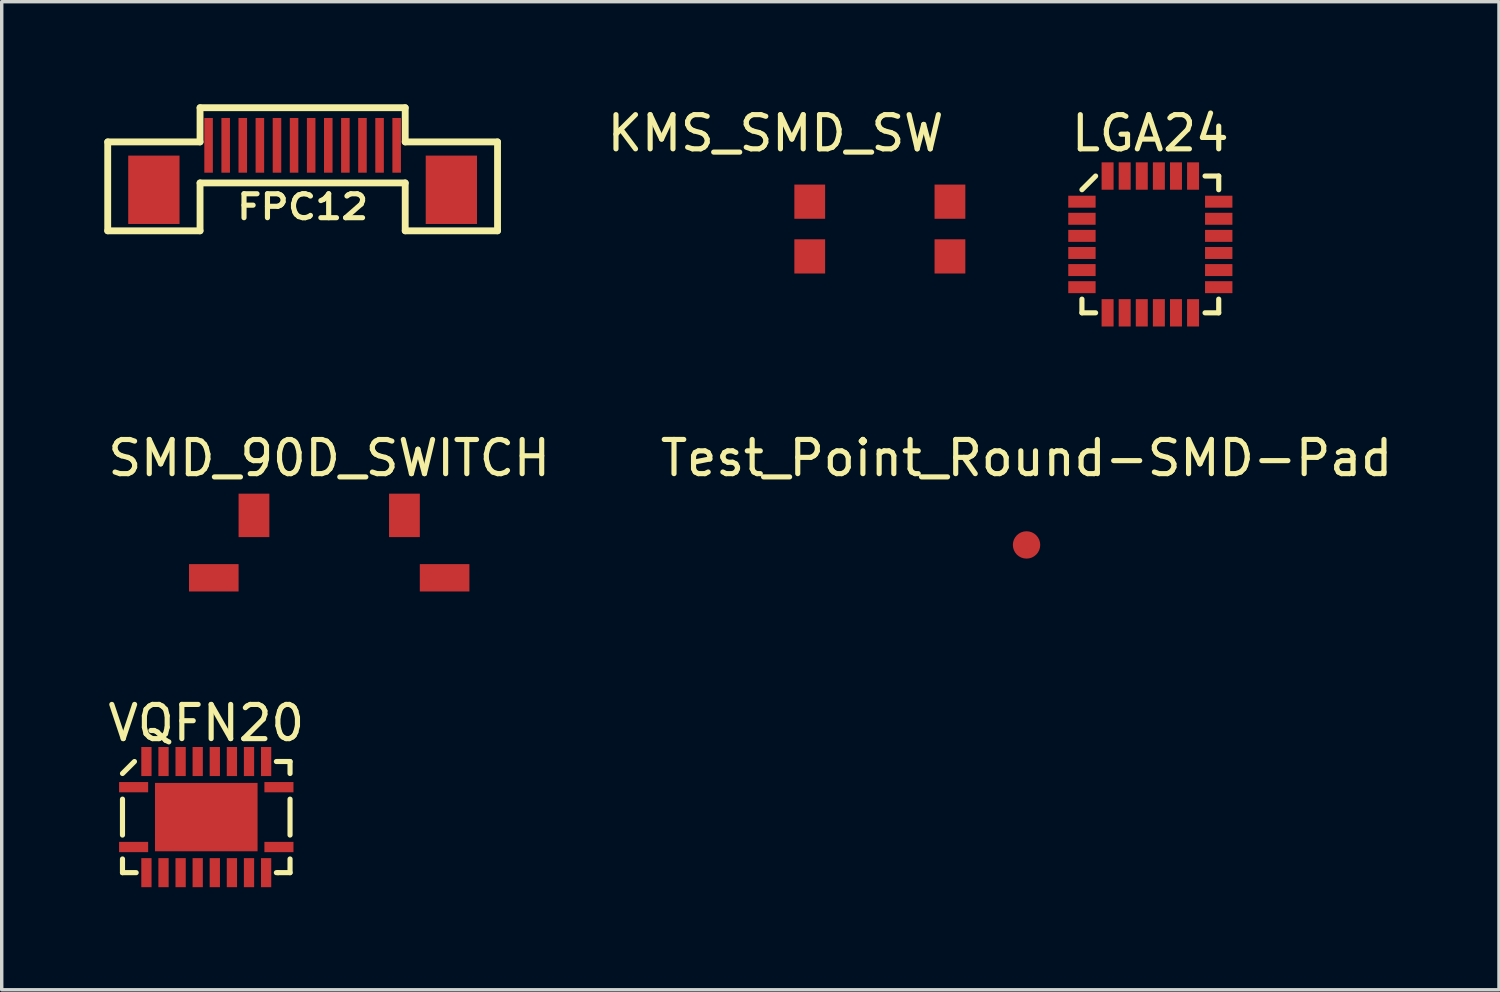
<source format=kicad_pcb>
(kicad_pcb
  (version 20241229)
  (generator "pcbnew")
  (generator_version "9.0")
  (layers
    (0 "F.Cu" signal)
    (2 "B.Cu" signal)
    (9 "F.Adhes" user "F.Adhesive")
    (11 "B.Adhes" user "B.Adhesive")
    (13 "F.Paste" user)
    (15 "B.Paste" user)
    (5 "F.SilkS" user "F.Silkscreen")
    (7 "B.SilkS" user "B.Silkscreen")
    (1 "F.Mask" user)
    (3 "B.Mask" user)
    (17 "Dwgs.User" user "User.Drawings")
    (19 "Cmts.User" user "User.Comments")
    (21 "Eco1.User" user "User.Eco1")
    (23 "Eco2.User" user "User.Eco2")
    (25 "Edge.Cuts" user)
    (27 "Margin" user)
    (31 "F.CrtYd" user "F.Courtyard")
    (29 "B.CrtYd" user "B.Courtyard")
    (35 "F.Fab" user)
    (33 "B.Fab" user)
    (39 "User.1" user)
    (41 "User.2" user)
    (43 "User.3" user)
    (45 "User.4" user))
  (footprint "SMD_90D_SWITCH"
    (layer "F.Cu")
    (at 6.577 12.847)
    (property "Reference" "SMD_90D_SWITCH" (at 0 -2.5 0) (layer "F.SilkS") (effects (font (size 1 1) (thickness 0.15))))
    (attr through_hole)
    (pad "" smd rect (at -3.375 1) (size 1.45 0.8) (layers "F.Cu" "F.Mask" "F.Paste"))
    (pad "" smd rect (at 3.375 1) (size 1.45 0.8) (layers "F.Cu" "F.Mask" "F.Paste"))
    (pad "1" smd rect (at -2.2 -0.825) (size 0.9 1.27) (layers "F.Cu" "F.Mask" "F.Paste"))
    (pad "2" smd rect (at 2.2 -0.825) (size 0.9 1.27) (layers "F.Cu" "F.Mask" "F.Paste")))
  (footprint "Test_Point_Round-SMD-Pad"
    (layer "F.Cu")
    (at 26.97 12.886)
    (property "Reference" "Test_Point_Round-SMD-Pad" (at 0 -2.54 0) (layer "F.SilkS") (effects (font (size 1 1) (thickness 0.15))))
    (attr through_hole)
    (pad "1" smd circle (at 0 0) (size 0.8 0.8) (layers "F.Cu" "F.Mask" "F.Paste")))
  (footprint "VQFN20"
    (layer "F.Cu")
    (at 2.982 20.82)
    (property "Reference" "VQFN20" (at 0 -2.725 0) (layer "F.SilkS") (effects (font (size 1 1) (thickness 0.15))))
    (attr through_hole)
    (fp_line (start -2.45 0.55) (end -2.45 -0.5) (stroke (width 0.15) (type solid)) (layer "F.SilkS"))
    (fp_line (start -2.45 1.25) (end -2.45 1.65) (stroke (width 0.15) (type solid)) (layer "F.SilkS"))
    (fp_line (start -2.45 1.65) (end -2.05 1.65) (stroke (width 0.15) (type solid)) (layer "F.SilkS"))
    (fp_line (start -2.1 -1.6) (end -2.45 -1.25) (stroke (width 0.15) (type solid)) (layer "F.SilkS"))
    (fp_line (start 2.1 1.65) (end 2.05 1.65) (stroke (width 0.15) (type solid)) (layer "F.SilkS"))
    (fp_line (start 2.45 -1.6) (end 2.05 -1.6) (stroke (width 0.15) (type solid)) (layer "F.SilkS"))
    (fp_line (start 2.45 -1.25) (end 2.45 -1.6) (stroke (width 0.15) (type solid)) (layer "F.SilkS"))
    (fp_line (start 2.45 0.55) (end 2.45 -0.5) (stroke (width 0.15) (type solid)) (layer "F.SilkS"))
    (fp_line (start 2.45 1.25) (end 2.45 1.65) (stroke (width 0.15) (type solid)) (layer "F.SilkS"))
    (fp_line (start 2.45 1.65) (end 2.1 1.65) (stroke (width 0.15) (type solid)) (layer "F.SilkS"))
    (pad "" smd rect (at 0 0.025) (size 3 2) (layers "F.Cu" "F.Mask" "F.Paste"))
    (pad "1" smd rect (at -2.125 -0.85) (size 0.85 0.3) (layers "F.Cu" "F.Mask" "F.Paste"))
    (pad "2" smd rect (at -1.75 -1.6) (size 0.3 0.85) (layers "F.Cu" "F.Mask" "F.Paste"))
    (pad "3" smd rect (at -1.25 -1.6) (size 0.3 0.85) (layers "F.Cu" "F.Mask" "F.Paste"))
    (pad "4" smd rect (at -0.75 -1.6) (size 0.3 0.85) (layers "F.Cu" "F.Mask" "F.Paste"))
    (pad "5" smd rect (at -0.25 -1.6) (size 0.3 0.85) (layers "F.Cu" "F.Mask" "F.Paste"))
    (pad "6" smd rect (at 0.25 -1.6) (size 0.3 0.85) (layers "F.Cu" "F.Mask" "F.Paste"))
    (pad "7" smd rect (at 0.75 -1.6) (size 0.3 0.85) (layers "F.Cu" "F.Mask" "F.Paste"))
    (pad "8" smd rect (at 1.25 -1.6) (size 0.3 0.85) (layers "F.Cu" "F.Mask" "F.Paste"))
    (pad "9" smd rect (at 1.75 -1.6) (size 0.3 0.85) (layers "F.Cu" "F.Mask" "F.Paste"))
    (pad "10" smd rect (at 2.125 -0.85) (size 0.85 0.3) (layers "F.Cu" "F.Mask" "F.Paste"))
    (pad "11" smd rect (at 2.125 0.9) (size 0.85 0.3) (layers "F.Cu" "F.Mask" "F.Paste"))
    (pad "12" smd rect (at 1.75 1.65) (size 0.3 0.85) (layers "F.Cu" "F.Mask" "F.Paste"))
    (pad "13" smd rect (at 1.25 1.65) (size 0.3 0.85) (layers "F.Cu" "F.Mask" "F.Paste"))
    (pad "14" smd rect (at 0.75 1.65) (size 0.3 0.85) (layers "F.Cu" "F.Mask" "F.Paste"))
    (pad "15" smd rect (at 0.25 1.65) (size 0.3 0.85) (layers "F.Cu" "F.Mask" "F.Paste"))
    (pad "16" smd rect (at -0.25 1.65) (size 0.3 0.85) (layers "F.Cu" "F.Mask" "F.Paste"))
    (pad "17" smd rect (at -0.75 1.65) (size 0.3 0.85) (layers "F.Cu" "F.Mask" "F.Paste"))
    (pad "18" smd rect (at -1.25 1.65) (size 0.3 0.85) (layers "F.Cu" "F.Mask" "F.Paste"))
    (pad "19" smd rect (at -1.75 1.65) (size 0.3 0.85) (layers "F.Cu" "F.Mask" "F.Paste"))
    (pad "20" smd rect (at -2.125 0.9) (size 0.85 0.3) (layers "F.Cu" "F.Mask" "F.Paste")))
  (footprint "LGA24"
    (layer "F.Cu")
    (at 28.59 2.848)
    (property "Reference" "LGA24" (at 2 -2 0) (layer "F.SilkS") (effects (font (size 1 1) (thickness 0.15))))
    (attr through_hole)
    (fp_line (start 0 2.85) (end 0 3.25) (stroke (width 0.15) (type solid)) (layer "F.SilkS"))
    (fp_line (start 0 3.25) (end 0.4 3.25) (stroke (width 0.15) (type solid)) (layer "F.SilkS"))
    (fp_line (start 0.4 -0.75) (end 0 -0.35) (stroke (width 0.15) (type solid)) (layer "F.SilkS"))
    (fp_line (start 3.6 3.25) (end 4 3.25) (stroke (width 0.15) (type solid)) (layer "F.SilkS"))
    (fp_line (start 4 -0.75) (end 3.6 -0.75) (stroke (width 0.15) (type solid)) (layer "F.SilkS"))
    (fp_line (start 4 -0.75) (end 4 -0.35) (stroke (width 0.15) (type solid)) (layer "F.SilkS"))
    (fp_line (start 4 3.25) (end 4 2.85) (stroke (width 0.15) (type solid)) (layer "F.SilkS"))
    (pad "1" smd rect (at 0 0) (size 0.8 0.35) (layers "F.Cu" "F.Mask" "F.Paste"))
    (pad "2" smd rect (at 0 0.5) (size 0.8 0.35) (layers "F.Cu" "F.Mask" "F.Paste"))
    (pad "3" smd rect (at 0 1) (size 0.8 0.35) (layers "F.Cu" "F.Mask" "F.Paste"))
    (pad "4" smd rect (at 0 1.5) (size 0.8 0.35) (layers "F.Cu" "F.Mask" "F.Paste"))
    (pad "5" smd rect (at 0 2) (size 0.8 0.35) (layers "F.Cu" "F.Mask" "F.Paste"))
    (pad "6" smd rect (at 0 2.5) (size 0.8 0.35) (layers "F.Cu" "F.Mask" "F.Paste"))
    (pad "7" smd rect (at 0.75 3.25) (size 0.35 0.8) (layers "F.Cu" "F.Mask" "F.Paste"))
    (pad "8" smd rect (at 1.25 3.25) (size 0.35 0.8) (layers "F.Cu" "F.Mask" "F.Paste"))
    (pad "9" smd rect (at 1.75 3.25) (size 0.35 0.8) (layers "F.Cu" "F.Mask" "F.Paste"))
    (pad "10" smd rect (at 2.25 3.25) (size 0.35 0.8) (layers "F.Cu" "F.Mask" "F.Paste"))
    (pad "11" smd rect (at 2.75 3.25) (size 0.35 0.8) (layers "F.Cu" "F.Mask" "F.Paste"))
    (pad "12" smd rect (at 3.25 3.25) (size 0.35 0.8) (layers "F.Cu" "F.Mask" "F.Paste"))
    (pad "13" smd rect (at 4 2.5) (size 0.8 0.35) (layers "F.Cu" "F.Mask" "F.Paste"))
    (pad "14" smd rect (at 4 2) (size 0.8 0.35) (layers "F.Cu" "F.Mask" "F.Paste"))
    (pad "15" smd rect (at 4 1.5) (size 0.8 0.35) (layers "F.Cu" "F.Mask" "F.Paste"))
    (pad "16" smd rect (at 4 1) (size 0.8 0.35) (layers "F.Cu" "F.Mask" "F.Paste"))
    (pad "17" smd rect (at 4 0.5) (size 0.8 0.35) (layers "F.Cu" "F.Mask" "F.Paste"))
    (pad "18" smd rect (at 4 0) (size 0.8 0.35) (layers "F.Cu" "F.Mask" "F.Paste"))
    (pad "19" smd rect (at 3.25 -0.75) (size 0.35 0.8) (layers "F.Cu" "F.Mask" "F.Paste"))
    (pad "20" smd rect (at 2.75 -0.75) (size 0.35 0.8) (layers "F.Cu" "F.Mask" "F.Paste"))
    (pad "21" smd rect (at 2.25 -0.75) (size 0.35 0.8) (layers "F.Cu" "F.Mask" "F.Paste"))
    (pad "22" smd rect (at 1.75 -0.75) (size 0.35 0.8) (layers "F.Cu" "F.Mask" "F.Paste"))
    (pad "23" smd rect (at 1.25 -0.75) (size 0.35 0.8) (layers "F.Cu" "F.Mask" "F.Paste"))
    (pad "24" smd rect (at 0.75 -0.75) (size 0.35 0.8) (layers "F.Cu" "F.Mask" "F.Paste")))
  (footprint "FPC12"
    (layer "F.Cu")
    (at 5.8 1.2)
    (property "Reference" "FPC12" (at 0 1.8 0) (layer "F.SilkS") (effects (font (size 0.7 0.8) (thickness 0.15))))
    (attr through_hole)
    (fp_line (start -5.7 -0.1) (end -3 -0.1) (stroke (width 0.2) (type solid)) (layer "F.SilkS"))
    (fp_line (start -5.7 2.5) (end -5.7 -0.1) (stroke (width 0.2) (type solid)) (layer "F.SilkS"))
    (fp_line (start -3 -1.1) (end 3 -1.1) (stroke (width 0.2) (type solid)) (layer "F.SilkS"))
    (fp_line (start -3 -0.1) (end -3 -1.1) (stroke (width 0.2) (type solid)) (layer "F.SilkS"))
    (fp_line (start -3 1.1) (end -3 2.5) (stroke (width 0.2) (type solid)) (layer "F.SilkS"))
    (fp_line (start -3 1.1) (end 3 1.1) (stroke (width 0.2) (type solid)) (layer "F.SilkS"))
    (fp_line (start -3 2.5) (end -5.7 2.5) (stroke (width 0.2) (type solid)) (layer "F.SilkS"))
    (fp_line (start 3 -0.1) (end 3 -1.1) (stroke (width 0.2) (type solid)) (layer "F.SilkS"))
    (fp_line (start 3 1.1) (end 3 2.5) (stroke (width 0.2) (type solid)) (layer "F.SilkS"))
    (fp_line (start 3 2.5) (end 5.7 2.5) (stroke (width 0.2) (type solid)) (layer "F.SilkS"))
    (fp_line (start 5.7 -0.1) (end 3 -0.1) (stroke (width 0.2) (type solid)) (layer "F.SilkS"))
    (fp_line (start 5.7 2.5) (end 5.7 -0.1) (stroke (width 0.2) (type solid)) (layer "F.SilkS"))
    (pad "0" smd rect (at -4.35 1.3) (size 1.5 2) (layers "F.Cu" "F.Mask" "F.Paste"))
    (pad "0" smd rect (at 4.35 1.3) (size 1.5 2) (layers "F.Cu" "F.Mask" "F.Paste"))
    (pad "1" smd rect (at -2.75 0) (size 0.25 1.6) (layers "F.Cu" "F.Mask" "F.Paste"))
    (pad "2" smd rect (at -2.25 0) (size 0.25 1.6) (layers "F.Cu" "F.Mask" "F.Paste"))
    (pad "3" smd rect (at -1.75 0) (size 0.25 1.6) (layers "F.Cu" "F.Mask" "F.Paste"))
    (pad "4" smd rect (at -1.25 0) (size 0.25 1.6) (layers "F.Cu" "F.Mask" "F.Paste"))
    (pad "5" smd rect (at -0.75 0) (size 0.25 1.6) (layers "F.Cu" "F.Mask" "F.Paste"))
    (pad "6" smd rect (at -0.25 0) (size 0.25 1.6) (layers "F.Cu" "F.Mask" "F.Paste"))
    (pad "7" smd rect (at 0.25 0) (size 0.25 1.6) (layers "F.Cu" "F.Mask" "F.Paste"))
    (pad "8" smd rect (at 0.75 0) (size 0.25 1.6) (layers "F.Cu" "F.Mask" "F.Paste"))
    (pad "9" smd rect (at 1.25 0) (size 0.25 1.6) (layers "F.Cu" "F.Mask" "F.Paste"))
    (pad "10" smd rect (at 1.75 0) (size 0.25 1.6) (layers "F.Cu" "F.Mask" "F.Paste"))
    (pad "11" smd rect (at 2.25 0) (size 0.25 1.6) (layers "F.Cu" "F.Mask" "F.Paste"))
    (pad "12" smd rect (at 2.75 0) (size 0.25 1.6) (layers "F.Cu" "F.Mask" "F.Paste")))
  (footprint "KMS_SMD_SW"
    (layer "F.Cu")
    (at 22.73 3.648)
    (property "Reference" "KMS_SMD_SW" (at -3.1 -2.8 0) (layer "F.SilkS") (effects (font (size 1 1) (thickness 0.15))))
    (attr through_hole)
    (pad "1" smd rect (at -2.1 0.8) (size 0.9 1) (layers "F.Cu" "F.Mask" "F.Paste"))
    (pad "2" smd rect (at -2.1 -0.8) (size 0.9 1) (layers "F.Cu" "F.Mask" "F.Paste"))
    (pad "3" smd rect (at 2 0.8) (size 0.9 1) (layers "F.Cu" "F.Mask" "F.Paste"))
    (pad "4" smd rect (at 2 -0.8) (size 0.9 1) (layers "F.Cu" "F.Mask" "F.Paste")))
  (gr_rect
    (start -3 -3)
    (end 40.786 25.895)
    (stroke (width 0.1) (type default))
    (fill no)
    (layer "Edge.Cuts")))
</source>
